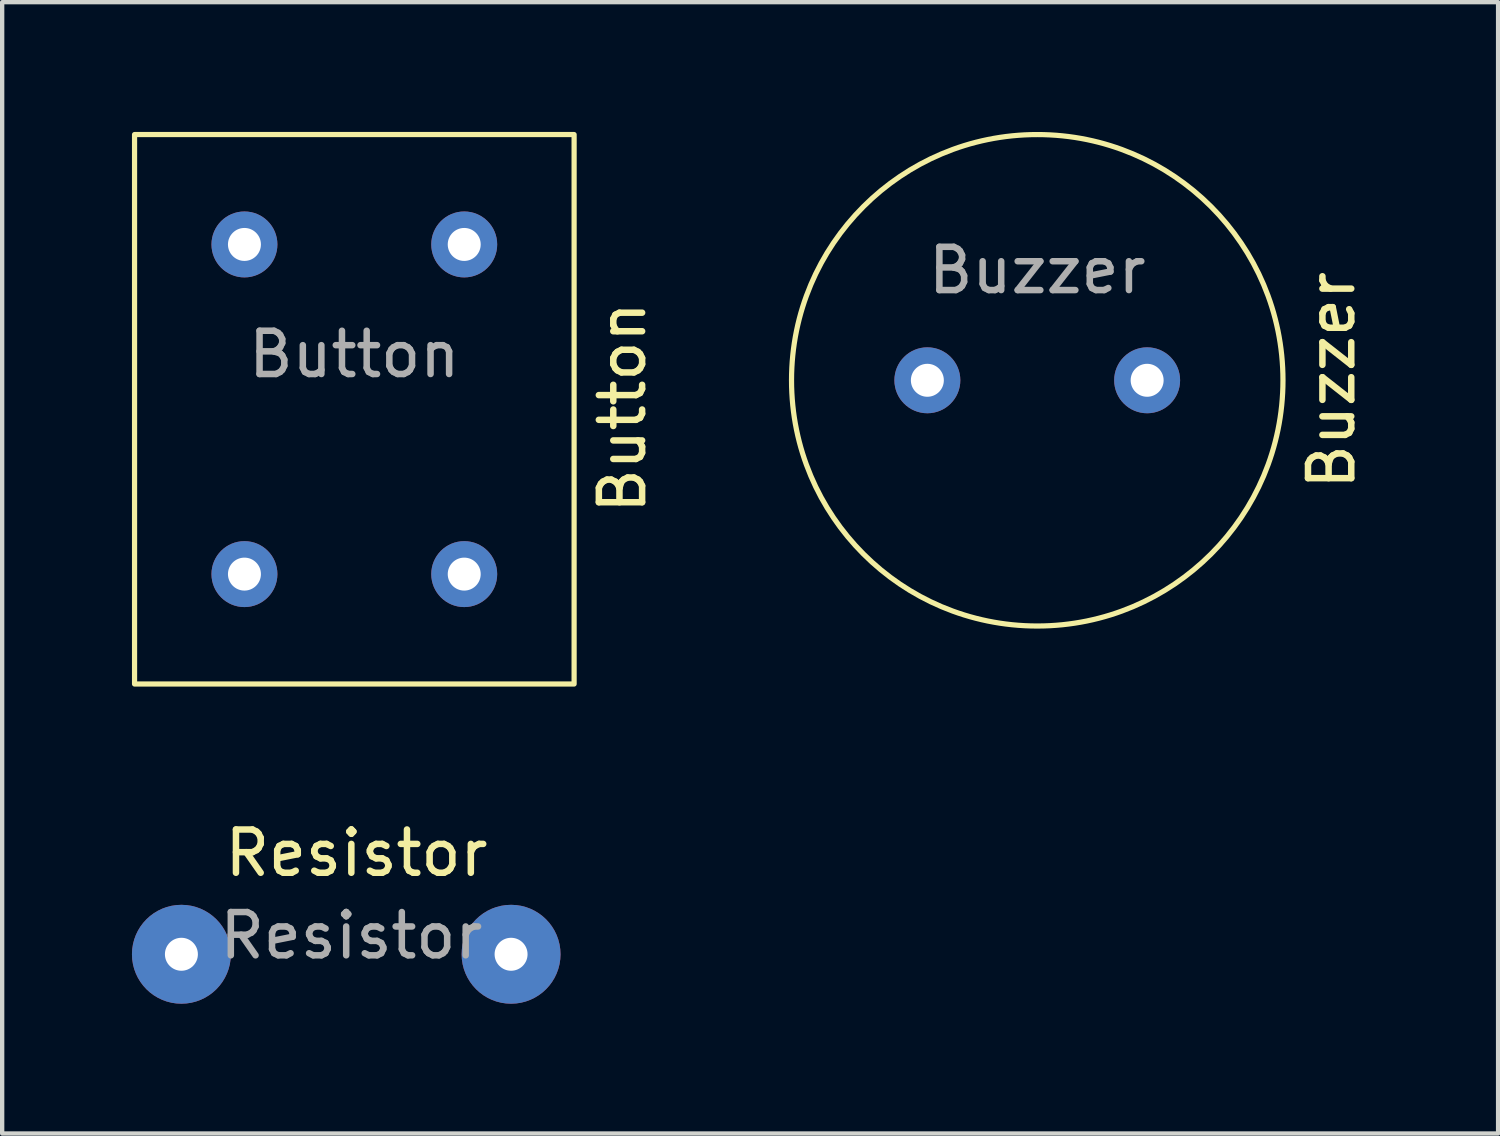
<source format=kicad_pcb>
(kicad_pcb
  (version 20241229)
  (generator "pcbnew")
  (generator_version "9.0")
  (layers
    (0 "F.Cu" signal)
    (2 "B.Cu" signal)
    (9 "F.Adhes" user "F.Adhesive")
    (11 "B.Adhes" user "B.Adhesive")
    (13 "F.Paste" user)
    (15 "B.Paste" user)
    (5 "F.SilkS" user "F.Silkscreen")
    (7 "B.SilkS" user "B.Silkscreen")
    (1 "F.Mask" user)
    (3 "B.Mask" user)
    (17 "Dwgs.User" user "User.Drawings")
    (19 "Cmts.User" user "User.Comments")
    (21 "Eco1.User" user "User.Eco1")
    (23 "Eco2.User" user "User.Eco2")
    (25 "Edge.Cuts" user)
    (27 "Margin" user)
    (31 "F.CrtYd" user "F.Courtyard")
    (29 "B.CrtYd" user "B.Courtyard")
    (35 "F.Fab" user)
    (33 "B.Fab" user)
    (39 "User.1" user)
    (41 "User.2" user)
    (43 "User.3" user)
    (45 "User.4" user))
  (footprint "Buzzer"
    (layer "F.Cu")
    (at 20.925 5.74)
    (property "Reference" "Buzzer" (at 6.803 0 90) (unlocked yes) (layer "F.SilkS") (effects (font (size 1 1) (thickness 0.15))))
    (attr through_hole)
    (fp_circle (center 0 0) (end 2.54 5.08) (stroke (width 0.12) (type solid)) (fill no) (layer "F.SilkS"))
    (fp_text user "${REFERENCE}" (at 0 -2.54 0) (unlocked yes) (layer "F.Fab") (effects (font (size 1 1) (thickness 0.15))))
    (pad "1" thru_hole circle (at -2.54 0) (size 1.524 1.524) (drill 0.762) (layers "*.Cu" "*.Mask"))
    (pad "2" thru_hole circle (at 2.54 0) (size 1.524 1.524) (drill 0.762) (layers "*.Cu" "*.Mask")))
  (footprint "Resistor"
    (layer "F.Cu")
    (at 3.683 19.007)
    (property "Reference" "Resistor" (at 1.507 -2.339 0) (unlocked yes) (layer "F.SilkS") (effects (font (size 1 1) (thickness 0.15))))
    (attr through_hole)
    (fp_text user "${REFERENCE}" (at 1.388 -0.431 0) (unlocked yes) (layer "F.Fab") (effects (font (size 1 1) (thickness 0.15))))
    (pad "1" thru_hole circle (at -2.54 0) (size 2.286 2.286) (drill 0.762) (layers "*.Cu" "*.Mask"))
    (pad "2" thru_hole circle (at 5.08 0) (size 2.286 2.286) (drill 0.762) (layers "*.Cu" "*.Mask")))
  (footprint "Button"
    (layer "F.Cu")
    (at 5.14 5.14)
    (property "Reference" "Button" (at 6.197 1.228 90) (unlocked yes) (layer "F.SilkS") (effects (font (size 1 1) (thickness 0.15))))
    (attr through_hole)
    (fp_rect (start -5.08 -5.08) (end 5.08 7.62) (stroke (width 0.12) (type solid)) (fill no) (layer "F.SilkS"))
    (fp_text user "${REFERENCE}" (at 0 0 0) (unlocked yes) (layer "F.Fab") (effects (font (size 1 1) (thickness 0.15))))
    (pad "1" thru_hole circle (at -2.54 5.08) (size 1.524 1.524) (drill 0.762) (layers "*.Cu" "*.Mask"))
    (pad "2" thru_hole circle (at -2.54 -2.54) (size 1.524 1.524) (drill 0.762) (layers "*.Cu" "*.Mask"))
    (pad "3" thru_hole circle (at 2.54 5.08) (size 1.524 1.524) (drill 0.762) (layers "*.Cu" "*.Mask"))
    (pad "4" thru_hole circle (at 2.54 -2.54) (size 1.524 1.524) (drill 0.762) (layers "*.Cu" "*.Mask")))
  (gr_rect
    (start -3 -3)
    (end 31.577 23.15)
    (stroke (width 0.1) (type default))
    (fill no)
    (layer "Edge.Cuts")))
</source>
